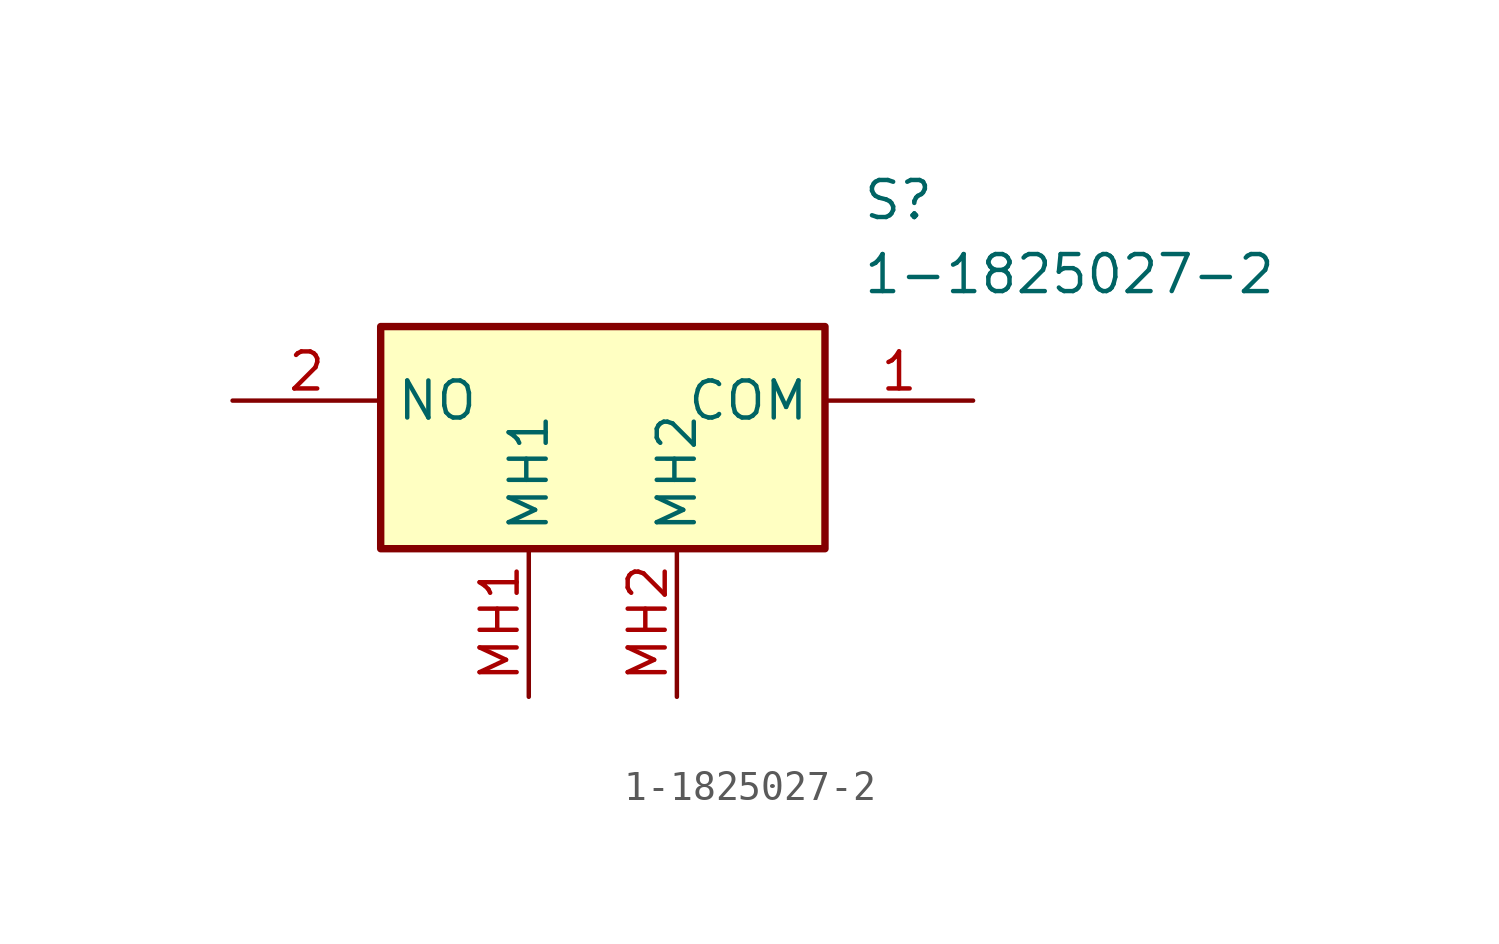
<source format=kicad_sym>
(kicad_symbol_lib
  (version 20231120)
  (generator "kicad_symbol_editor")
  (generator_version "8.0")
  (symbol "1-1825027-2"
    (property "Reference" "S"
      (at 21.59 7.62 0)
      (effects (font (size 1.27 1.27)) (justify left top)))
    (property "Value" "1-1825027-2"
      (at 21.59 5.08 0)
      (effects (font (size 1.27 1.27)) (justify left top)))
    (symbol "1-1825027-2_1_1"
      (rectangle (start 5.08 2.54) (end 20.32 -5.08) (stroke (width 0.254) (type default)) (fill (type background)))
      (pin passive line (at 25.4 0 180) (length 5.08) (name "COM" (effects (font (size 1.27 1.27)))) (number "1" (effects (font (size 1.27 1.27)))))
      (pin passive line (at 0 0 0) (length 5.08) (name "NO" (effects (font (size 1.27 1.27)))) (number "2" (effects (font (size 1.27 1.27)))))
      (pin passive line (at 10.16 -10.16 90) (length 5.08) (name "MH1" (effects (font (size 1.27 1.27)))) (number "MH1" (effects (font (size 1.27 1.27)))))
      (pin passive line (at 15.24 -10.16 90) (length 5.08) (name "MH2" (effects (font (size 1.27 1.27)))) (number "MH2" (effects (font (size 1.27 1.27))))))))
</source>
